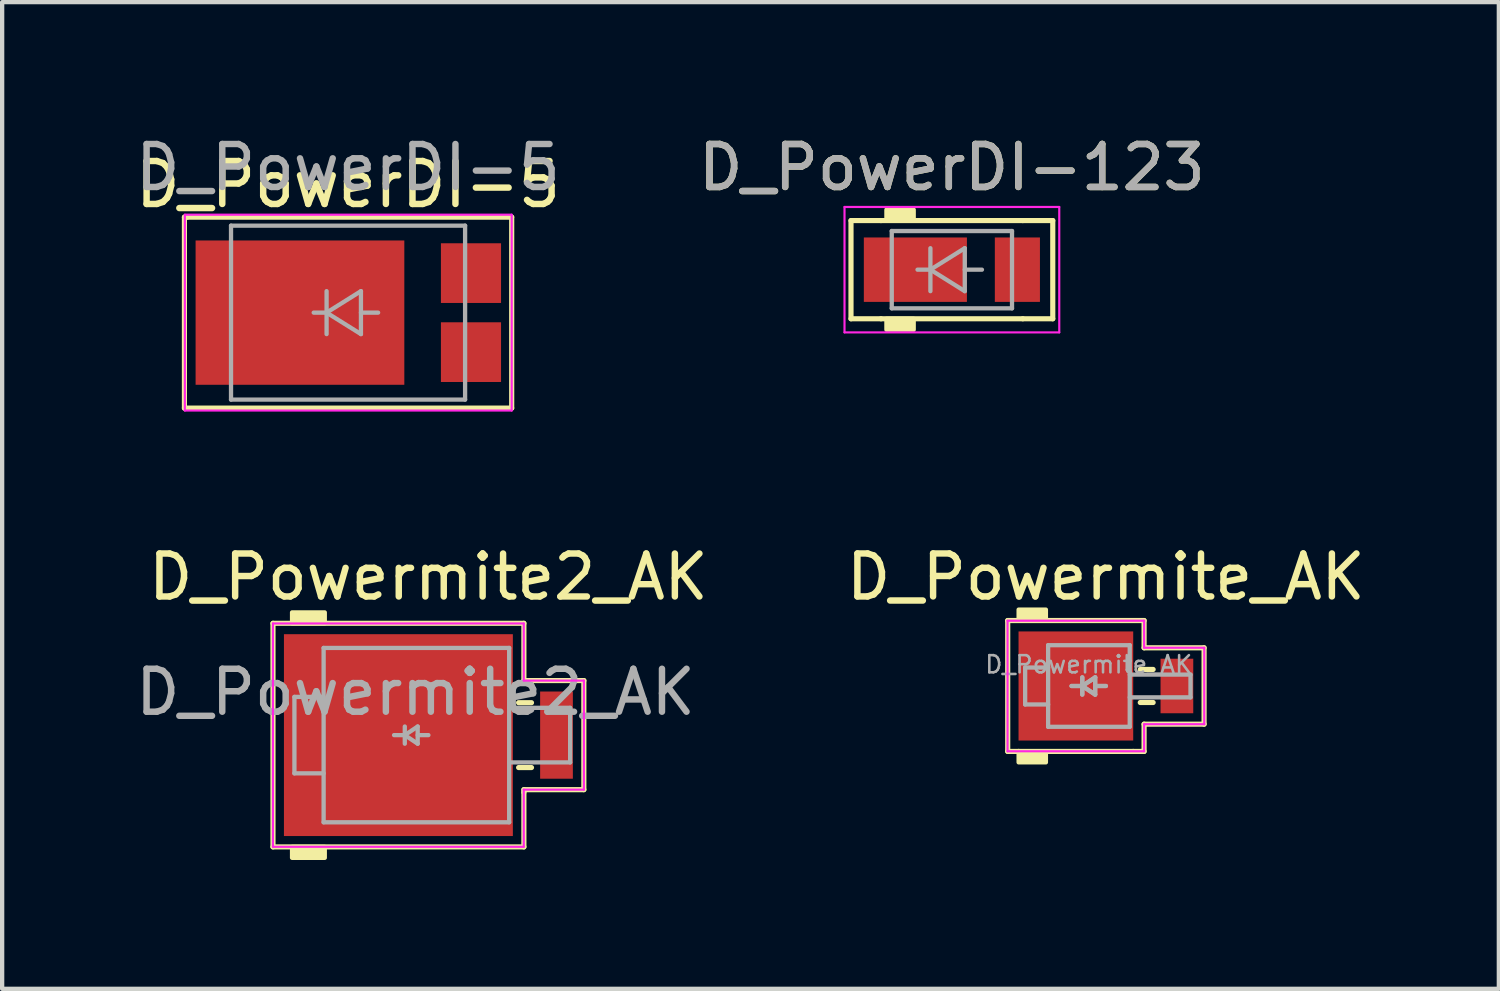
<source format=kicad_pcb>
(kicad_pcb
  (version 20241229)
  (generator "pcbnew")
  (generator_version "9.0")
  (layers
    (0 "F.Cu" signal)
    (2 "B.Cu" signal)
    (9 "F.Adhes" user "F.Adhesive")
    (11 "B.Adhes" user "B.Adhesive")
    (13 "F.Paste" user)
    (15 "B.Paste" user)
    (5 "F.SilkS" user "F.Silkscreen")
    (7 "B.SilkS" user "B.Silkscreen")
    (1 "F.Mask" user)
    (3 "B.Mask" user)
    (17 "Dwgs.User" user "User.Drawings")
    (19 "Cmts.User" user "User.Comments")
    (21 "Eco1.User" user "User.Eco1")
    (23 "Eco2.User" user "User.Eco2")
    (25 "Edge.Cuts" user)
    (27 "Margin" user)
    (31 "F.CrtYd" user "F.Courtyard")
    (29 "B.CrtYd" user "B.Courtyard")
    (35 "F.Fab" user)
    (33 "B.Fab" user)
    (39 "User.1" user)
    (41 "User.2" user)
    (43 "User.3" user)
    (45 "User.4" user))
  (footprint "D_Powermite2_AK"
    (layer "F.Cu")
    (at 6.925 14.066)
    (property "Reference" "D_Powermite2_AK" (at 0 -3.683 0) (layer "F.SilkS") (effects (font (size 1 1) (thickness 0.15))))
    (attr smd)
    (fp_line (start -3.619 -2.603) (end -3.619 2.603) (stroke (width 0.12) (type solid)) (layer "F.SilkS"))
    (fp_line (start 2.223 -2.603) (end -3.619 -2.603) (stroke (width 0.12) (type solid)) (layer "F.SilkS"))
    (fp_line (start 2.223 -2.603) (end 2.223 -1.27) (stroke (width 0.12) (type solid)) (layer "F.SilkS"))
    (fp_line (start 2.223 -1.27) (end 3.619 -1.27) (stroke (width 0.12) (type solid)) (layer "F.SilkS"))
    (fp_line (start 2.223 1.27) (end 2.223 1.333) (stroke (width 0.12) (type solid)) (layer "F.SilkS"))
    (fp_line (start 2.223 2.603) (end -3.619 2.603) (stroke (width 0.12) (type solid)) (layer "F.SilkS"))
    (fp_line (start 2.223 2.603) (end 2.223 1.333) (stroke (width 0.12) (type solid)) (layer "F.SilkS"))
    (fp_line (start 2.4 -0.755) (end 2.1 -0.755) (stroke (width 0.12) (type solid)) (layer "F.SilkS"))
    (fp_line (start 2.4 0.755) (end 2.1 0.755) (stroke (width 0.12) (type solid)) (layer "F.SilkS"))
    (fp_line (start 3.619 -1.27) (end 3.619 1.27) (stroke (width 0.12) (type solid)) (layer "F.SilkS"))
    (fp_line (start 3.619 1.27) (end 2.223 1.27) (stroke (width 0.12) (type solid)) (layer "F.SilkS"))
    (fp_poly (pts (xy -2.413 -2.603) (xy -3.175 -2.603) (xy -3.175 -2.857) (xy -2.413 -2.857)) (stroke (width 0.1) (type solid)) (fill yes) (layer "F.SilkS"))
    (fp_poly (pts (xy -2.413 2.857) (xy -3.175 2.857) (xy -3.175 2.603) (xy -2.413 2.603)) (stroke (width 0.1) (type solid)) (fill yes) (layer "F.SilkS"))
    (fp_line (start -3.62 -2.6) (end -3.62 2.6) (stroke (width 0.05) (type solid)) (layer "F.CrtYd"))
    (fp_line (start -3.62 2.6) (end 2.22 2.6) (stroke (width 0.05) (type solid)) (layer "F.CrtYd"))
    (fp_line (start 2.22 -2.6) (end -3.62 -2.6) (stroke (width 0.05) (type solid)) (layer "F.CrtYd"))
    (fp_line (start 2.22 -1.27) (end 2.22 -2.6) (stroke (width 0.05) (type solid)) (layer "F.CrtYd"))
    (fp_line (start 2.22 1.27) (end 3.62 1.27) (stroke (width 0.05) (type solid)) (layer "F.CrtYd"))
    (fp_line (start 2.22 2.6) (end 2.22 1.27) (stroke (width 0.05) (type solid)) (layer "F.CrtYd"))
    (fp_line (start 3.62 -1.27) (end 2.22 -1.27) (stroke (width 0.05) (type solid)) (layer "F.CrtYd"))
    (fp_line (start 3.62 1.27) (end 3.62 -1.27) (stroke (width 0.05) (type solid)) (layer "F.CrtYd"))
    (fp_line (start -3.12 -0.89) (end -2.44 -0.89) (stroke (width 0.1) (type solid)) (layer "F.Fab"))
    (fp_line (start -3.12 0.89) (end -3.12 -0.89) (stroke (width 0.1) (type solid)) (layer "F.Fab"))
    (fp_line (start -2.44 -2.03) (end -2.44 2.03) (stroke (width 0.1) (type solid)) (layer "F.Fab"))
    (fp_line (start -2.44 0.89) (end -3.12 0.89) (stroke (width 0.1) (type solid)) (layer "F.Fab"))
    (fp_line (start -2.44 2.03) (end 1.88 2.03) (stroke (width 0.1) (type solid)) (layer "F.Fab"))
    (fp_line (start -0.55 0) (end -0.8 0) (stroke (width 0.1) (type solid)) (layer "F.Fab"))
    (fp_line (start -0.55 0) (end -0.25 0.2) (stroke (width 0.1) (type solid)) (layer "F.Fab"))
    (fp_line (start -0.55 0.2) (end -0.55 -0.2) (stroke (width 0.1) (type solid)) (layer "F.Fab"))
    (fp_line (start -0.25 -0.2) (end -0.55 0) (stroke (width 0.1) (type solid)) (layer "F.Fab"))
    (fp_line (start -0.25 0) (end 0 0) (stroke (width 0.1) (type solid)) (layer "F.Fab"))
    (fp_line (start -0.25 0.2) (end -0.25 -0.2) (stroke (width 0.1) (type solid)) (layer "F.Fab"))
    (fp_line (start 1.88 -2.03) (end -2.44 -2.03) (stroke (width 0.1) (type solid)) (layer "F.Fab"))
    (fp_line (start 1.88 2.03) (end 1.88 -2.03) (stroke (width 0.1) (type solid)) (layer "F.Fab"))
    (fp_line (start 3.3 -0.635) (end 1.88 -0.635) (stroke (width 0.1) (type solid)) (layer "F.Fab"))
    (fp_line (start 3.3 0.635) (end 1.88 0.635) (stroke (width 0.1) (type solid)) (layer "F.Fab"))
    (fp_line (start 3.3 0.635) (end 3.3 -0.635) (stroke (width 0.1) (type solid)) (layer "F.Fab"))
    (fp_text user "${REFERENCE}" (at -0.3 -1 0) (layer "F.Fab") (effects (font (size 1 1) (thickness 0.15))))
    (pad "1" smd rect (at -0.699 0) (size 5.33 4.7) (layers "F.Cu" "F.Mask" "F.Paste"))
    (pad "2" smd rect (at 2.982 0) (size 0.762 2.03) (layers "F.Cu" "F.Mask" "F.Paste")))
  (footprint "D_PowerDI-5"
    (layer "F.Cu")
    (at 5.054 4.229)
    (property "Reference" "D_PowerDI-5" (at 0 -2.985 0) (layer "F.SilkS") (effects (font (size 1 1) (thickness 0.15))))
    (attr smd)
    (fp_line (start -3.81 -2.223) (end -3.747 -2.223) (stroke (width 0.12) (type solid)) (layer "F.SilkS"))
    (fp_line (start -3.81 2.223) (end -3.81 -2.223) (stroke (width 0.12) (type solid)) (layer "F.SilkS"))
    (fp_line (start -3.747 -2.223) (end 3.81 -2.223) (stroke (width 0.12) (type solid)) (layer "F.SilkS"))
    (fp_line (start 3.81 -2.223) (end 3.81 2.223) (stroke (width 0.12) (type solid)) (layer "F.SilkS"))
    (fp_line (start 3.81 2.223) (end -3.81 2.223) (stroke (width 0.12) (type solid)) (layer "F.SilkS"))
    (fp_line (start -3.8 -2.28) (end 3.81 -2.28) (stroke (width 0.05) (type solid)) (layer "F.CrtYd"))
    (fp_line (start -3.8 2.28) (end -3.8 -2.28) (stroke (width 0.05) (type solid)) (layer "F.CrtYd"))
    (fp_line (start 3.81 -2.28) (end 3.81 2.28) (stroke (width 0.05) (type solid)) (layer "F.CrtYd"))
    (fp_line (start 3.81 2.28) (end -3.8 2.28) (stroke (width 0.05) (type solid)) (layer "F.CrtYd"))
    (fp_line (start -2.725 -2.025) (end 2.725 -2.025) (stroke (width 0.1) (type solid)) (layer "F.Fab"))
    (fp_line (start -2.725 2.025) (end -2.725 -2.025) (stroke (width 0.1) (type solid)) (layer "F.Fab"))
    (fp_line (start -0.8 0) (end -0.5 0) (stroke (width 0.1) (type solid)) (layer "F.Fab"))
    (fp_line (start -0.5 0) (end -0.5 -0.5) (stroke (width 0.1) (type solid)) (layer "F.Fab"))
    (fp_line (start -0.5 0) (end -0.5 0.5) (stroke (width 0.1) (type solid)) (layer "F.Fab"))
    (fp_line (start -0.5 0) (end 0.3 0.5) (stroke (width 0.1) (type solid)) (layer "F.Fab"))
    (fp_line (start 0.3 -0.5) (end -0.5 0) (stroke (width 0.1) (type solid)) (layer "F.Fab"))
    (fp_line (start 0.3 0) (end 0.7 0) (stroke (width 0.1) (type solid)) (layer "F.Fab"))
    (fp_line (start 0.3 0.5) (end 0.3 -0.5) (stroke (width 0.1) (type solid)) (layer "F.Fab"))
    (fp_line (start 2.725 -2.025) (end 2.725 2.025) (stroke (width 0.1) (type solid)) (layer "F.Fab"))
    (fp_line (start 2.725 2.025) (end -2.725 2.025) (stroke (width 0.1) (type solid)) (layer "F.Fab"))
    (fp_text user "${REFERENCE}" (at 0 -3.381 0) (layer "F.Fab") (effects (font (size 1 1) (thickness 0.15))))
    (pad "1" smd rect (at -1.12 0 180) (size 4.86 3.36) (layers "F.Cu" "F.Mask" "F.Paste"))
    (pad "2" smd rect (at 2.862 -0.92 180) (size 1.4 1.39) (layers "F.Cu" "F.Mask" "F.Paste"))
    (pad "2" smd rect (at 2.862 0.92 180) (size 1.4 1.39) (layers "F.Cu" "F.Mask" "F.Paste")))
  (footprint "D_PowerDI-123"
    (layer "F.Cu")
    (at 19.113 3.229)
    (property "Reference" "D_PowerDI-123" (at 0 -2.381 0) (layer "F.SilkS") (effects (font (size 1 1) (thickness 0.15))))
    (attr smd)
    (fp_line (start -2.349 -1.143) (end -2.349 1.143) (stroke (width 0.12) (type solid)) (layer "F.SilkS"))
    (fp_line (start -2.349 1.143) (end -1.651 1.143) (stroke (width 0.12) (type solid)) (layer "F.SilkS"))
    (fp_line (start -1.651 -1.143) (end -2.349 -1.143) (stroke (width 0.12) (type solid)) (layer "F.SilkS"))
    (fp_line (start -1.651 -1.143) (end 1.651 -1.143) (stroke (width 0.12) (type solid)) (layer "F.SilkS"))
    (fp_line (start -1.651 1.143) (end 1.651 1.143) (stroke (width 0.12) (type solid)) (layer "F.SilkS"))
    (fp_line (start 1.651 1.143) (end 2.349 1.143) (stroke (width 0.12) (type solid)) (layer "F.SilkS"))
    (fp_line (start 2.349 -1.143) (end 1.651 -1.143) (stroke (width 0.12) (type solid)) (layer "F.SilkS"))
    (fp_line (start 2.349 1.143) (end 2.349 -1.143) (stroke (width 0.12) (type solid)) (layer "F.SilkS"))
    (fp_poly (pts (xy -0.889 -1.143) (xy -1.524 -1.143) (xy -1.524 -1.397) (xy -0.889 -1.397)) (stroke (width 0.1) (type solid)) (fill yes) (layer "F.SilkS"))
    (fp_poly (pts (xy -0.889 1.397) (xy -1.524 1.397) (xy -1.524 1.143) (xy -0.889 1.143)) (stroke (width 0.1) (type solid)) (fill yes) (layer "F.SilkS"))
    (fp_line (start -2.5 -1.46) (end 2.5 -1.46) (stroke (width 0.05) (type solid)) (layer "F.CrtYd"))
    (fp_line (start -2.5 1.46) (end -2.5 -1.46) (stroke (width 0.05) (type solid)) (layer "F.CrtYd"))
    (fp_line (start 2.5 -1.46) (end 2.5 1.46) (stroke (width 0.05) (type solid)) (layer "F.CrtYd"))
    (fp_line (start 2.5 1.46) (end -2.5 1.46) (stroke (width 0.05) (type solid)) (layer "F.CrtYd"))
    (fp_line (start -1.4 -0.9) (end 1.4 -0.9) (stroke (width 0.1) (type solid)) (layer "F.Fab"))
    (fp_line (start -1.4 0.9) (end -1.4 -0.9) (stroke (width 0.1) (type solid)) (layer "F.Fab"))
    (fp_line (start -0.8 0) (end -0.5 0) (stroke (width 0.1) (type solid)) (layer "F.Fab"))
    (fp_line (start -0.5 0) (end -0.5 -0.5) (stroke (width 0.1) (type solid)) (layer "F.Fab"))
    (fp_line (start -0.5 0) (end -0.5 0.5) (stroke (width 0.1) (type solid)) (layer "F.Fab"))
    (fp_line (start -0.5 0) (end 0.3 0.5) (stroke (width 0.1) (type solid)) (layer "F.Fab"))
    (fp_line (start 0.3 -0.5) (end -0.5 0) (stroke (width 0.1) (type solid)) (layer "F.Fab"))
    (fp_line (start 0.3 0) (end 0.7 0) (stroke (width 0.1) (type solid)) (layer "F.Fab"))
    (fp_line (start 0.3 0.5) (end 0.3 -0.5) (stroke (width 0.1) (type solid)) (layer "F.Fab"))
    (fp_line (start 1.4 -0.9) (end 1.4 0.9) (stroke (width 0.1) (type solid)) (layer "F.Fab"))
    (fp_line (start 1.4 0.9) (end -1.4 0.9) (stroke (width 0.1) (type solid)) (layer "F.Fab"))
    (fp_text user "${REFERENCE}" (at 0 -2.381 0) (layer "F.Fab") (effects (font (size 1 1) (thickness 0.15))))
    (pad "1" smd rect (at -0.85 0 180) (size 2.4 1.5) (layers "F.Cu" "F.Mask" "F.Paste"))
    (pad "2" smd rect (at 1.525 0 180) (size 1.05 1.5) (layers "F.Cu" "F.Mask" "F.Paste")))
  (footprint "D_Powermite_AK"
    (layer "F.Cu")
    (at 22.699 12.922)
    (property "Reference" "D_Powermite_AK" (at 0 -2.54 0) (layer "F.SilkS") (effects (font (size 1 1) (thickness 0.15))))
    (attr smd)
    (fp_line (start -2.286 -1.524) (end -2.286 1.524) (stroke (width 0.12) (type solid)) (layer "F.SilkS"))
    (fp_line (start -2.286 -1.524) (end 0.889 -1.524) (stroke (width 0.12) (type solid)) (layer "F.SilkS"))
    (fp_line (start -2.286 1.524) (end -2.032 1.524) (stroke (width 0.12) (type solid)) (layer "F.SilkS"))
    (fp_line (start -2.032 1.524) (end 0.635 1.524) (stroke (width 0.12) (type solid)) (layer "F.SilkS"))
    (fp_line (start 0.635 1.524) (end 0.826 1.524) (stroke (width 0.12) (type solid)) (layer "F.SilkS"))
    (fp_line (start 0.826 1.524) (end 0.889 1.524) (stroke (width 0.12) (type solid)) (layer "F.SilkS"))
    (fp_line (start 0.889 -0.889) (end 0.889 -1.524) (stroke (width 0.12) (type solid)) (layer "F.SilkS"))
    (fp_line (start 0.889 0.889) (end 2.286 0.889) (stroke (width 0.12) (type solid)) (layer "F.SilkS"))
    (fp_line (start 0.889 1.524) (end 0.889 0.889) (stroke (width 0.12) (type solid)) (layer "F.SilkS"))
    (fp_line (start 1.1 -0.385) (end 0.8 -0.385) (stroke (width 0.12) (type solid)) (layer "F.SilkS"))
    (fp_line (start 1.1 0.385) (end 0.8 0.385) (stroke (width 0.12) (type solid)) (layer "F.SilkS"))
    (fp_line (start 2.286 -0.889) (end 0.889 -0.889) (stroke (width 0.12) (type solid)) (layer "F.SilkS"))
    (fp_line (start 2.286 0.889) (end 2.286 -0.889) (stroke (width 0.12) (type solid)) (layer "F.SilkS"))
    (fp_poly (pts (xy -1.397 -1.524) (xy -2.032 -1.524) (xy -2.032 -1.778) (xy -1.397 -1.778)) (stroke (width 0.1) (type solid)) (fill yes) (layer "F.SilkS"))
    (fp_poly (pts (xy -1.397 1.778) (xy -2.032 1.778) (xy -2.032 1.524) (xy -1.397 1.524)) (stroke (width 0.1) (type solid)) (fill yes) (layer "F.SilkS"))
    (fp_line (start -2.29 -1.52) (end -2.29 1.52) (stroke (width 0.05) (type solid)) (layer "F.CrtYd"))
    (fp_line (start -2.29 1.52) (end 0.89 1.52) (stroke (width 0.05) (type solid)) (layer "F.CrtYd"))
    (fp_line (start 0.89 -1.52) (end -2.29 -1.52) (stroke (width 0.05) (type solid)) (layer "F.CrtYd"))
    (fp_line (start 0.89 -0.89) (end 0.89 -1.52) (stroke (width 0.05) (type solid)) (layer "F.CrtYd"))
    (fp_line (start 0.89 0.89) (end 2.29 0.89) (stroke (width 0.05) (type solid)) (layer "F.CrtYd"))
    (fp_line (start 0.89 1.52) (end 0.89 0.89) (stroke (width 0.05) (type solid)) (layer "F.CrtYd"))
    (fp_line (start 2.29 -0.89) (end 0.89 -0.89) (stroke (width 0.05) (type solid)) (layer "F.CrtYd"))
    (fp_line (start 2.29 0.89) (end 2.29 -0.89) (stroke (width 0.05) (type solid)) (layer "F.CrtYd"))
    (fp_line (start -1.88 -0.43) (end -1.345 -0.43) (stroke (width 0.1) (type solid)) (layer "F.Fab"))
    (fp_line (start -1.88 0.43) (end -1.88 -0.43) (stroke (width 0.1) (type solid)) (layer "F.Fab"))
    (fp_line (start -1.345 -0.95) (end -1.345 0.95) (stroke (width 0.1) (type solid)) (layer "F.Fab"))
    (fp_line (start -1.345 0.43) (end -1.88 0.43) (stroke (width 0.1) (type solid)) (layer "F.Fab"))
    (fp_line (start -1.345 0.95) (end 0.555 0.95) (stroke (width 0.1) (type solid)) (layer "F.Fab"))
    (fp_line (start -0.55 0) (end -0.8 0) (stroke (width 0.1) (type solid)) (layer "F.Fab"))
    (fp_line (start -0.55 0) (end -0.8 0) (stroke (width 0.1) (type solid)) (layer "F.Fab"))
    (fp_line (start -0.55 0) (end -0.25 0.2) (stroke (width 0.1) (type solid)) (layer "F.Fab"))
    (fp_line (start -0.55 0) (end -0.25 0.2) (stroke (width 0.1) (type solid)) (layer "F.Fab"))
    (fp_line (start -0.55 0.2) (end -0.55 -0.2) (stroke (width 0.1) (type solid)) (layer "F.Fab"))
    (fp_line (start -0.55 0.2) (end -0.55 -0.2) (stroke (width 0.1) (type solid)) (layer "F.Fab"))
    (fp_line (start -0.25 -0.2) (end -0.55 0) (stroke (width 0.1) (type solid)) (layer "F.Fab"))
    (fp_line (start -0.25 -0.2) (end -0.55 0) (stroke (width 0.1) (type solid)) (layer "F.Fab"))
    (fp_line (start -0.25 0) (end 0 0) (stroke (width 0.1) (type solid)) (layer "F.Fab"))
    (fp_line (start -0.25 0) (end 0 0) (stroke (width 0.1) (type solid)) (layer "F.Fab"))
    (fp_line (start -0.25 0.2) (end -0.25 -0.2) (stroke (width 0.1) (type solid)) (layer "F.Fab"))
    (fp_line (start -0.25 0.2) (end -0.25 -0.2) (stroke (width 0.1) (type solid)) (layer "F.Fab"))
    (fp_line (start 0.555 -0.95) (end -1.345 -0.95) (stroke (width 0.1) (type solid)) (layer "F.Fab"))
    (fp_line (start 0.555 0.95) (end 0.555 -0.95) (stroke (width 0.1) (type solid)) (layer "F.Fab"))
    (fp_line (start 1.97 -0.265) (end 0.555 -0.265) (stroke (width 0.1) (type solid)) (layer "F.Fab"))
    (fp_line (start 1.97 0.265) (end 0.555 0.265) (stroke (width 0.1) (type solid)) (layer "F.Fab"))
    (fp_line (start 1.97 0.265) (end 1.97 -0.265) (stroke (width 0.1) (type solid)) (layer "F.Fab"))
    (fp_text user "${REFERENCE}" (at -0.4 -0.5 0) (layer "F.Fab") (effects (font (size 0.4 0.4) (thickness 0.06))))
    (pad "1" smd rect (at -0.699 0) (size 2.67 2.54) (layers "F.Cu" "F.Mask" "F.Paste"))
    (pad "2" smd rect (at 1.653 0) (size 0.762 1.27) (layers "F.Cu" "F.Mask" "F.Paste")))
  (gr_rect
    (start -3 -3)
    (end 31.848 19.973)
    (stroke (width 0.1) (type default))
    (fill no)
    (layer "Edge.Cuts")))
</source>
